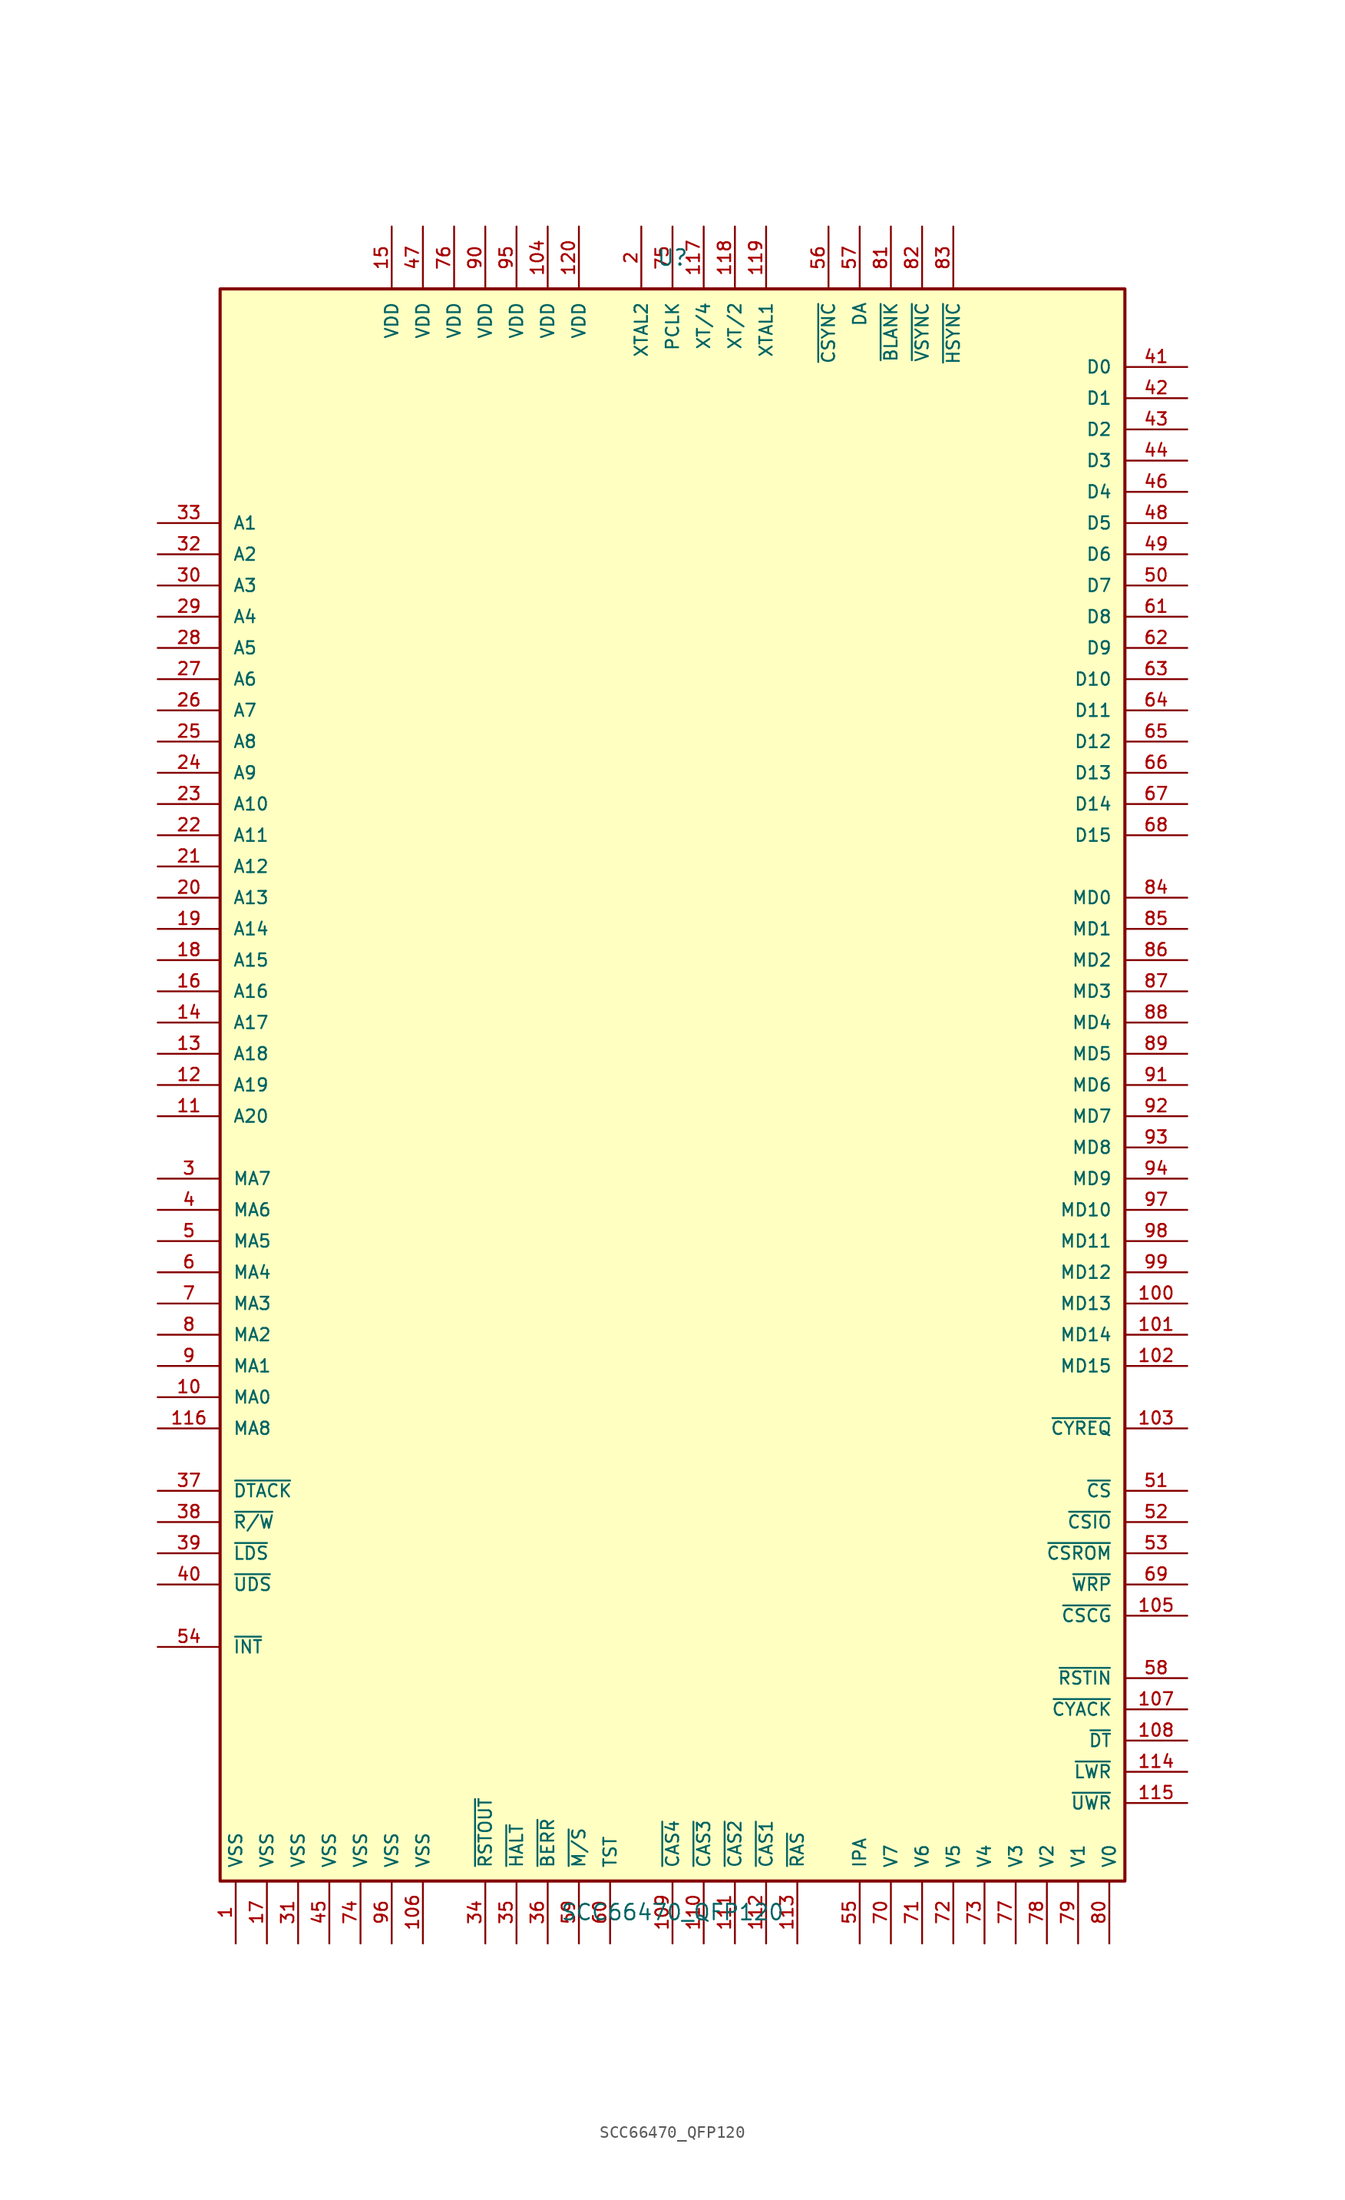
<source format=kicad_sym>
(kicad_symbol_lib
  (version 20211014)
  (generator kicad_symbol_generator)
  (symbol "SCC66470_QFP120"
    (pin_names
      (offset 1.016))
    (property "Reference" "U"
      (at 0 67.31 0)
      (effects (font (size 1.27 1.27))))
    (property "Value" "SCC66470_QFP120"
      (at 0 -67.31 0)
      (effects (font (size 1.27 1.27))))
    (symbol "SCC66470_QFP120_0_1"
      (rectangle (start -36.83 64.77) (end 36.83 -64.77) (stroke (width 0.254) (type default) (color 0 0 0 0)) (fill (type background))))
    (symbol "SCC66470_QFP120_1_1"
      (pin input line (at -41.91 45.72 0) (length 5.08) (name "A1" (effects (font (size 1.016 1.016)))) (number "33" (effects (font (size 1.016 1.016)))))
      (pin input line (at -41.91 43.18 0) (length 5.08) (name "A2" (effects (font (size 1.016 1.016)))) (number "32" (effects (font (size 1.016 1.016)))))
      (pin input line (at -41.91 40.64 0) (length 5.08) (name "A3" (effects (font (size 1.016 1.016)))) (number "30" (effects (font (size 1.016 1.016)))))
      (pin input line (at -41.91 38.10 0) (length 5.08) (name "A4" (effects (font (size 1.016 1.016)))) (number "29" (effects (font (size 1.016 1.016)))))
      (pin input line (at -41.91 35.56 0) (length 5.08) (name "A5" (effects (font (size 1.016 1.016)))) (number "28" (effects (font (size 1.016 1.016)))))
      (pin input line (at -41.91 33.02 0) (length 5.08) (name "A6" (effects (font (size 1.016 1.016)))) (number "27" (effects (font (size 1.016 1.016)))))
      (pin input line (at -41.91 30.48 0) (length 5.08) (name "A7" (effects (font (size 1.016 1.016)))) (number "26" (effects (font (size 1.016 1.016)))))
      (pin input line (at -41.91 27.94 0) (length 5.08) (name "A8" (effects (font (size 1.016 1.016)))) (number "25" (effects (font (size 1.016 1.016)))))
      (pin input line (at -41.91 25.40 0) (length 5.08) (name "A9" (effects (font (size 1.016 1.016)))) (number "24" (effects (font (size 1.016 1.016)))))
      (pin input line (at -41.91 22.86 0) (length 5.08) (name "A10" (effects (font (size 1.016 1.016)))) (number "23" (effects (font (size 1.016 1.016)))))
      (pin input line (at -41.91 20.32 0) (length 5.08) (name "A11" (effects (font (size 1.016 1.016)))) (number "22" (effects (font (size 1.016 1.016)))))
      (pin input line (at -41.91 17.78 0) (length 5.08) (name "A12" (effects (font (size 1.016 1.016)))) (number "21" (effects (font (size 1.016 1.016)))))
      (pin input line (at -41.91 15.24 0) (length 5.08) (name "A13" (effects (font (size 1.016 1.016)))) (number "20" (effects (font (size 1.016 1.016)))))
      (pin input line (at -41.91 12.70 0) (length 5.08) (name "A14" (effects (font (size 1.016 1.016)))) (number "19" (effects (font (size 1.016 1.016)))))
      (pin input line (at -41.91 10.16 0) (length 5.08) (name "A15" (effects (font (size 1.016 1.016)))) (number "18" (effects (font (size 1.016 1.016)))))
      (pin input line (at -41.91 7.62 0) (length 5.08) (name "A16" (effects (font (size 1.016 1.016)))) (number "16" (effects (font (size 1.016 1.016)))))
      (pin input line (at -41.91 5.08 0) (length 5.08) (name "A17" (effects (font (size 1.016 1.016)))) (number "14" (effects (font (size 1.016 1.016)))))
      (pin input line (at -41.91 2.54 0) (length 5.08) (name "A18" (effects (font (size 1.016 1.016)))) (number "13" (effects (font (size 1.016 1.016)))))
      (pin input line (at -41.91 0.00 0) (length 5.08) (name "A19" (effects (font (size 1.016 1.016)))) (number "12" (effects (font (size 1.016 1.016)))))
      (pin input line (at -41.91 -2.54 0) (length 5.08) (name "A20" (effects (font (size 1.016 1.016)))) (number "11" (effects (font (size 1.016 1.016)))))
      (pin bidirectional line (at -41.91 -7.62 0) (length 5.08) (name "MA7" (effects (font (size 1.016 1.016)))) (number "3" (effects (font (size 1.016 1.016)))))
      (pin bidirectional line (at -41.91 -10.16 0) (length 5.08) (name "MA6" (effects (font (size 1.016 1.016)))) (number "4" (effects (font (size 1.016 1.016)))))
      (pin bidirectional line (at -41.91 -12.70 0) (length 5.08) (name "MA5" (effects (font (size 1.016 1.016)))) (number "5" (effects (font (size 1.016 1.016)))))
      (pin bidirectional line (at -41.91 -15.24 0) (length 5.08) (name "MA4" (effects (font (size 1.016 1.016)))) (number "6" (effects (font (size 1.016 1.016)))))
      (pin bidirectional line (at -41.91 -17.78 0) (length 5.08) (name "MA3" (effects (font (size 1.016 1.016)))) (number "7" (effects (font (size 1.016 1.016)))))
      (pin bidirectional line (at -41.91 -20.32 0) (length 5.08) (name "MA2" (effects (font (size 1.016 1.016)))) (number "8" (effects (font (size 1.016 1.016)))))
      (pin bidirectional line (at -41.91 -22.86 0) (length 5.08) (name "MA1" (effects (font (size 1.016 1.016)))) (number "9" (effects (font (size 1.016 1.016)))))
      (pin bidirectional line (at -41.91 -25.40 0) (length 5.08) (name "MA0" (effects (font (size 1.016 1.016)))) (number "10" (effects (font (size 1.016 1.016)))))
      (pin bidirectional line (at -41.91 -27.94 0) (length 5.08) (name "MA8" (effects (font (size 1.016 1.016)))) (number "116" (effects (font (size 1.016 1.016)))))
      (pin open_collector line (at -41.91 -33.02 0) (length 5.08) (name "~{DTACK}" (effects (font (size 1.016 1.016)))) (number "37" (effects (font (size 1.016 1.016)))))
      (pin input line (at -41.91 -35.56 0) (length 5.08) (name "~{R/W}" (effects (font (size 1.016 1.016)))) (number "38" (effects (font (size 1.016 1.016)))))
      (pin input line (at -41.91 -38.10 0) (length 5.08) (name "~{LDS}" (effects (font (size 1.016 1.016)))) (number "39" (effects (font (size 1.016 1.016)))))
      (pin input line (at -41.91 -40.64 0) (length 5.08) (name "~{UDS}" (effects (font (size 1.016 1.016)))) (number "40" (effects (font (size 1.016 1.016)))))
      (pin open_collector line (at -41.91 -45.72 0) (length 5.08) (name "~{INT}" (effects (font (size 1.016 1.016)))) (number "54" (effects (font (size 1.016 1.016)))))
      (pin bidirectional line (at 41.91 58.42 180) (length 5.08) (name "D0" (effects (font (size 1.016 1.016)))) (number "41" (effects (font (size 1.016 1.016)))))
      (pin bidirectional line (at 41.91 55.88 180) (length 5.08) (name "D1" (effects (font (size 1.016 1.016)))) (number "42" (effects (font (size 1.016 1.016)))))
      (pin bidirectional line (at 41.91 53.34 180) (length 5.08) (name "D2" (effects (font (size 1.016 1.016)))) (number "43" (effects (font (size 1.016 1.016)))))
      (pin bidirectional line (at 41.91 50.80 180) (length 5.08) (name "D3" (effects (font (size 1.016 1.016)))) (number "44" (effects (font (size 1.016 1.016)))))
      (pin bidirectional line (at 41.91 48.26 180) (length 5.08) (name "D4" (effects (font (size 1.016 1.016)))) (number "46" (effects (font (size 1.016 1.016)))))
      (pin bidirectional line (at 41.91 45.72 180) (length 5.08) (name "D5" (effects (font (size 1.016 1.016)))) (number "48" (effects (font (size 1.016 1.016)))))
      (pin bidirectional line (at 41.91 43.18 180) (length 5.08) (name "D6" (effects (font (size 1.016 1.016)))) (number "49" (effects (font (size 1.016 1.016)))))
      (pin bidirectional line (at 41.91 40.64 180) (length 5.08) (name "D7" (effects (font (size 1.016 1.016)))) (number "50" (effects (font (size 1.016 1.016)))))
      (pin bidirectional line (at 41.91 38.10 180) (length 5.08) (name "D8" (effects (font (size 1.016 1.016)))) (number "61" (effects (font (size 1.016 1.016)))))
      (pin bidirectional line (at 41.91 35.56 180) (length 5.08) (name "D9" (effects (font (size 1.016 1.016)))) (number "62" (effects (font (size 1.016 1.016)))))
      (pin bidirectional line (at 41.91 33.02 180) (length 5.08) (name "D10" (effects (font (size 1.016 1.016)))) (number "63" (effects (font (size 1.016 1.016)))))
      (pin bidirectional line (at 41.91 30.48 180) (length 5.08) (name "D11" (effects (font (size 1.016 1.016)))) (number "64" (effects (font (size 1.016 1.016)))))
      (pin bidirectional line (at 41.91 27.94 180) (length 5.08) (name "D12" (effects (font (size 1.016 1.016)))) (number "65" (effects (font (size 1.016 1.016)))))
      (pin bidirectional line (at 41.91 25.40 180) (length 5.08) (name "D13" (effects (font (size 1.016 1.016)))) (number "66" (effects (font (size 1.016 1.016)))))
      (pin bidirectional line (at 41.91 22.86 180) (length 5.08) (name "D14" (effects (font (size 1.016 1.016)))) (number "67" (effects (font (size 1.016 1.016)))))
      (pin bidirectional line (at 41.91 20.32 180) (length 5.08) (name "D15" (effects (font (size 1.016 1.016)))) (number "68" (effects (font (size 1.016 1.016)))))
      (pin bidirectional line (at 41.91 15.24 180) (length 5.08) (name "MD0" (effects (font (size 1.016 1.016)))) (number "84" (effects (font (size 1.016 1.016)))))
      (pin bidirectional line (at 41.91 12.70 180) (length 5.08) (name "MD1" (effects (font (size 1.016 1.016)))) (number "85" (effects (font (size 1.016 1.016)))))
      (pin bidirectional line (at 41.91 10.16 180) (length 5.08) (name "MD2" (effects (font (size 1.016 1.016)))) (number "86" (effects (font (size 1.016 1.016)))))
      (pin bidirectional line (at 41.91 7.62 180) (length 5.08) (name "MD3" (effects (font (size 1.016 1.016)))) (number "87" (effects (font (size 1.016 1.016)))))
      (pin bidirectional line (at 41.91 5.08 180) (length 5.08) (name "MD4" (effects (font (size 1.016 1.016)))) (number "88" (effects (font (size 1.016 1.016)))))
      (pin bidirectional line (at 41.91 2.54 180) (length 5.08) (name "MD5" (effects (font (size 1.016 1.016)))) (number "89" (effects (font (size 1.016 1.016)))))
      (pin bidirectional line (at 41.91 0.00 180) (length 5.08) (name "MD6" (effects (font (size 1.016 1.016)))) (number "91" (effects (font (size 1.016 1.016)))))
      (pin bidirectional line (at 41.91 -2.54 180) (length 5.08) (name "MD7" (effects (font (size 1.016 1.016)))) (number "92" (effects (font (size 1.016 1.016)))))
      (pin bidirectional line (at 41.91 -5.08 180) (length 5.08) (name "MD8" (effects (font (size 1.016 1.016)))) (number "93" (effects (font (size 1.016 1.016)))))
      (pin bidirectional line (at 41.91 -7.62 180) (length 5.08) (name "MD9" (effects (font (size 1.016 1.016)))) (number "94" (effects (font (size 1.016 1.016)))))
      (pin bidirectional line (at 41.91 -10.16 180) (length 5.08) (name "MD10" (effects (font (size 1.016 1.016)))) (number "97" (effects (font (size 1.016 1.016)))))
      (pin bidirectional line (at 41.91 -12.70 180) (length 5.08) (name "MD11" (effects (font (size 1.016 1.016)))) (number "98" (effects (font (size 1.016 1.016)))))
      (pin bidirectional line (at 41.91 -15.24 180) (length 5.08) (name "MD12" (effects (font (size 1.016 1.016)))) (number "99" (effects (font (size 1.016 1.016)))))
      (pin bidirectional line (at 41.91 -17.78 180) (length 5.08) (name "MD13" (effects (font (size 1.016 1.016)))) (number "100" (effects (font (size 1.016 1.016)))))
      (pin bidirectional line (at 41.91 -20.32 180) (length 5.08) (name "MD14" (effects (font (size 1.016 1.016)))) (number "101" (effects (font (size 1.016 1.016)))))
      (pin bidirectional line (at 41.91 -22.86 180) (length 5.08) (name "MD15" (effects (font (size 1.016 1.016)))) (number "102" (effects (font (size 1.016 1.016)))))
      (pin input line (at 41.91 -27.94 180) (length 5.08) (name "~{CYREQ}" (effects (font (size 1.016 1.016)))) (number "103" (effects (font (size 1.016 1.016)))))
      (pin input line (at 41.91 -33.02 180) (length 5.08) (name "~{CS}" (effects (font (size 1.016 1.016)))) (number "51" (effects (font (size 1.016 1.016)))))
      (pin output line (at 41.91 -35.56 180) (length 5.08) (name "~{CSIO}" (effects (font (size 1.016 1.016)))) (number "52" (effects (font (size 1.016 1.016)))))
      (pin output line (at 41.91 -38.10 180) (length 5.08) (name "~{CSROM}" (effects (font (size 1.016 1.016)))) (number "53" (effects (font (size 1.016 1.016)))))
      (pin tri_state line (at 41.91 -40.64 180) (length 5.08) (name "~{WRP}" (effects (font (size 1.016 1.016)))) (number "69" (effects (font (size 1.016 1.016)))))
      (pin output line (at 41.91 -43.18 180) (length 5.08) (name "~{CSCG}" (effects (font (size 1.016 1.016)))) (number "105" (effects (font (size 1.016 1.016)))))
      (pin input line (at 41.91 -48.26 180) (length 5.08) (name "~{RSTIN}" (effects (font (size 1.016 1.016)))) (number "58" (effects (font (size 1.016 1.016)))))
      (pin output line (at 41.91 -50.80 180) (length 5.08) (name "~{CYACK}" (effects (font (size 1.016 1.016)))) (number "107" (effects (font (size 1.016 1.016)))))
      (pin output line (at 41.91 -53.34 180) (length 5.08) (name "~{DT}" (effects (font (size 1.016 1.016)))) (number "108" (effects (font (size 1.016 1.016)))))
      (pin output line (at 41.91 -55.88 180) (length 5.08) (name "~{LWR}" (effects (font (size 1.016 1.016)))) (number "114" (effects (font (size 1.016 1.016)))))
      (pin output line (at 41.91 -58.42 180) (length 5.08) (name "~{UWR}" (effects (font (size 1.016 1.016)))) (number "115" (effects (font (size 1.016 1.016)))))
      (pin power_in line (at -22.86 69.85 270) (length 5.08) (name "VDD" (effects (font (size 1.016 1.016)))) (number "15" (effects (font (size 1.016 1.016)))))
      (pin power_in line (at -20.32 69.85 270) (length 5.08) (name "VDD" (effects (font (size 1.016 1.016)))) (number "47" (effects (font (size 1.016 1.016)))))
      (pin power_in line (at -17.78 69.85 270) (length 5.08) (name "VDD" (effects (font (size 1.016 1.016)))) (number "76" (effects (font (size 1.016 1.016)))))
      (pin power_in line (at -15.24 69.85 270) (length 5.08) (name "VDD" (effects (font (size 1.016 1.016)))) (number "90" (effects (font (size 1.016 1.016)))))
      (pin power_in line (at -12.70 69.85 270) (length 5.08) (name "VDD" (effects (font (size 1.016 1.016)))) (number "95" (effects (font (size 1.016 1.016)))))
      (pin power_in line (at -10.16 69.85 270) (length 5.08) (name "VDD" (effects (font (size 1.016 1.016)))) (number "104" (effects (font (size 1.016 1.016)))))
      (pin power_in line (at -7.62 69.85 270) (length 5.08) (name "VDD" (effects (font (size 1.016 1.016)))) (number "120" (effects (font (size 1.016 1.016)))))
      (pin output line (at -2.54 69.85 270) (length 5.08) (name "XTAL2" (effects (font (size 1.016 1.016)))) (number "2" (effects (font (size 1.016 1.016)))))
      (pin tri_state line (at -0.00 69.85 270) (length 5.08) (name "PCLK" (effects (font (size 1.016 1.016)))) (number "75" (effects (font (size 1.016 1.016)))))
      (pin output line (at 2.54 69.85 270) (length 5.08) (name "XT/4" (effects (font (size 1.016 1.016)))) (number "117" (effects (font (size 1.016 1.016)))))
      (pin output line (at 5.08 69.85 270) (length 5.08) (name "XT/2" (effects (font (size 1.016 1.016)))) (number "118" (effects (font (size 1.016 1.016)))))
      (pin input line (at 7.62 69.85 270) (length 5.08) (name "XTAL1" (effects (font (size 1.016 1.016)))) (number "119" (effects (font (size 1.016 1.016)))))
      (pin tri_state line (at 12.70 69.85 270) (length 5.08) (name "~{CSYNC}" (effects (font (size 1.016 1.016)))) (number "56" (effects (font (size 1.016 1.016)))))
      (pin tri_state line (at 15.24 69.85 270) (length 5.08) (name "DA" (effects (font (size 1.016 1.016)))) (number "57" (effects (font (size 1.016 1.016)))))
      (pin tri_state line (at 17.78 69.85 270) (length 5.08) (name "~{BLANK}" (effects (font (size 1.016 1.016)))) (number "81" (effects (font (size 1.016 1.016)))))
      (pin bidirectional line (at 20.32 69.85 270) (length 5.08) (name "~{VSYNC}" (effects (font (size 1.016 1.016)))) (number "82" (effects (font (size 1.016 1.016)))))
      (pin bidirectional line (at 22.86 69.85 270) (length 5.08) (name "~{HSYNC}" (effects (font (size 1.016 1.016)))) (number "83" (effects (font (size 1.016 1.016)))))
      (pin power_in line (at -35.56 -69.85 90) (length 5.08) (name "VSS" (effects (font (size 1.016 1.016)))) (number "1" (effects (font (size 1.016 1.016)))))
      (pin power_in line (at -33.02 -69.85 90) (length 5.08) (name "VSS" (effects (font (size 1.016 1.016)))) (number "17" (effects (font (size 1.016 1.016)))))
      (pin power_in line (at -30.48 -69.85 90) (length 5.08) (name "VSS" (effects (font (size 1.016 1.016)))) (number "31" (effects (font (size 1.016 1.016)))))
      (pin power_in line (at -27.94 -69.85 90) (length 5.08) (name "VSS" (effects (font (size 1.016 1.016)))) (number "45" (effects (font (size 1.016 1.016)))))
      (pin power_in line (at -25.40 -69.85 90) (length 5.08) (name "VSS" (effects (font (size 1.016 1.016)))) (number "74" (effects (font (size 1.016 1.016)))))
      (pin power_in line (at -22.86 -69.85 90) (length 5.08) (name "VSS" (effects (font (size 1.016 1.016)))) (number "96" (effects (font (size 1.016 1.016)))))
      (pin power_in line (at -20.32 -69.85 90) (length 5.08) (name "VSS" (effects (font (size 1.016 1.016)))) (number "106" (effects (font (size 1.016 1.016)))))
      (pin tri_state line (at -15.24 -69.85 90) (length 5.08) (name "~{RSTOUT}" (effects (font (size 1.016 1.016)))) (number "34" (effects (font (size 1.016 1.016)))))
      (pin tri_state line (at -12.70 -69.85 90) (length 5.08) (name "~{HALT}" (effects (font (size 1.016 1.016)))) (number "35" (effects (font (size 1.016 1.016)))))
      (pin tri_state line (at -10.16 -69.85 90) (length 5.08) (name "~{BERR}" (effects (font (size 1.016 1.016)))) (number "36" (effects (font (size 1.016 1.016)))))
      (pin input line (at -7.62 -69.85 90) (length 5.08) (name "~{M/S}" (effects (font (size 1.016 1.016)))) (number "59" (effects (font (size 1.016 1.016)))))
      (pin input line (at -5.08 -69.85 90) (length 5.08) (name "TST" (effects (font (size 1.016 1.016)))) (number "60" (effects (font (size 1.016 1.016)))))
      (pin bidirectional line (at -0.00 -69.85 90) (length 5.08) (name "~{CAS4}" (effects (font (size 1.016 1.016)))) (number "109" (effects (font (size 1.016 1.016)))))
      (pin bidirectional line (at 2.54 -69.85 90) (length 5.08) (name "~{CAS3}" (effects (font (size 1.016 1.016)))) (number "110" (effects (font (size 1.016 1.016)))))
      (pin bidirectional line (at 5.08 -69.85 90) (length 5.08) (name "~{CAS2}" (effects (font (size 1.016 1.016)))) (number "111" (effects (font (size 1.016 1.016)))))
      (pin bidirectional line (at 7.62 -69.85 90) (length 5.08) (name "~{CAS1}" (effects (font (size 1.016 1.016)))) (number "112" (effects (font (size 1.016 1.016)))))
      (pin bidirectional line (at 10.16 -69.85 90) (length 5.08) (name "~{RAS}" (effects (font (size 1.016 1.016)))) (number "113" (effects (font (size 1.016 1.016)))))
      (pin input line (at 15.24 -69.85 90) (length 5.08) (name "IPA" (effects (font (size 1.016 1.016)))) (number "55" (effects (font (size 1.016 1.016)))))
      (pin tri_state line (at 17.78 -69.85 90) (length 5.08) (name "V7" (effects (font (size 1.016 1.016)))) (number "70" (effects (font (size 1.016 1.016)))))
      (pin tri_state line (at 20.32 -69.85 90) (length 5.08) (name "V6" (effects (font (size 1.016 1.016)))) (number "71" (effects (font (size 1.016 1.016)))))
      (pin tri_state line (at 22.86 -69.85 90) (length 5.08) (name "V5" (effects (font (size 1.016 1.016)))) (number "72" (effects (font (size 1.016 1.016)))))
      (pin tri_state line (at 25.40 -69.85 90) (length 5.08) (name "V4" (effects (font (size 1.016 1.016)))) (number "73" (effects (font (size 1.016 1.016)))))
      (pin tri_state line (at 27.94 -69.85 90) (length 5.08) (name "V3" (effects (font (size 1.016 1.016)))) (number "77" (effects (font (size 1.016 1.016)))))
      (pin tri_state line (at 30.48 -69.85 90) (length 5.08) (name "V2" (effects (font (size 1.016 1.016)))) (number "78" (effects (font (size 1.016 1.016)))))
      (pin tri_state line (at 33.02 -69.85 90) (length 5.08) (name "V1" (effects (font (size 1.016 1.016)))) (number "79" (effects (font (size 1.016 1.016)))))
      (pin tri_state line (at 35.56 -69.85 90) (length 5.08) (name "V0" (effects (font (size 1.016 1.016)))) (number "80" (effects (font (size 1.016 1.016))))))))
</source>
